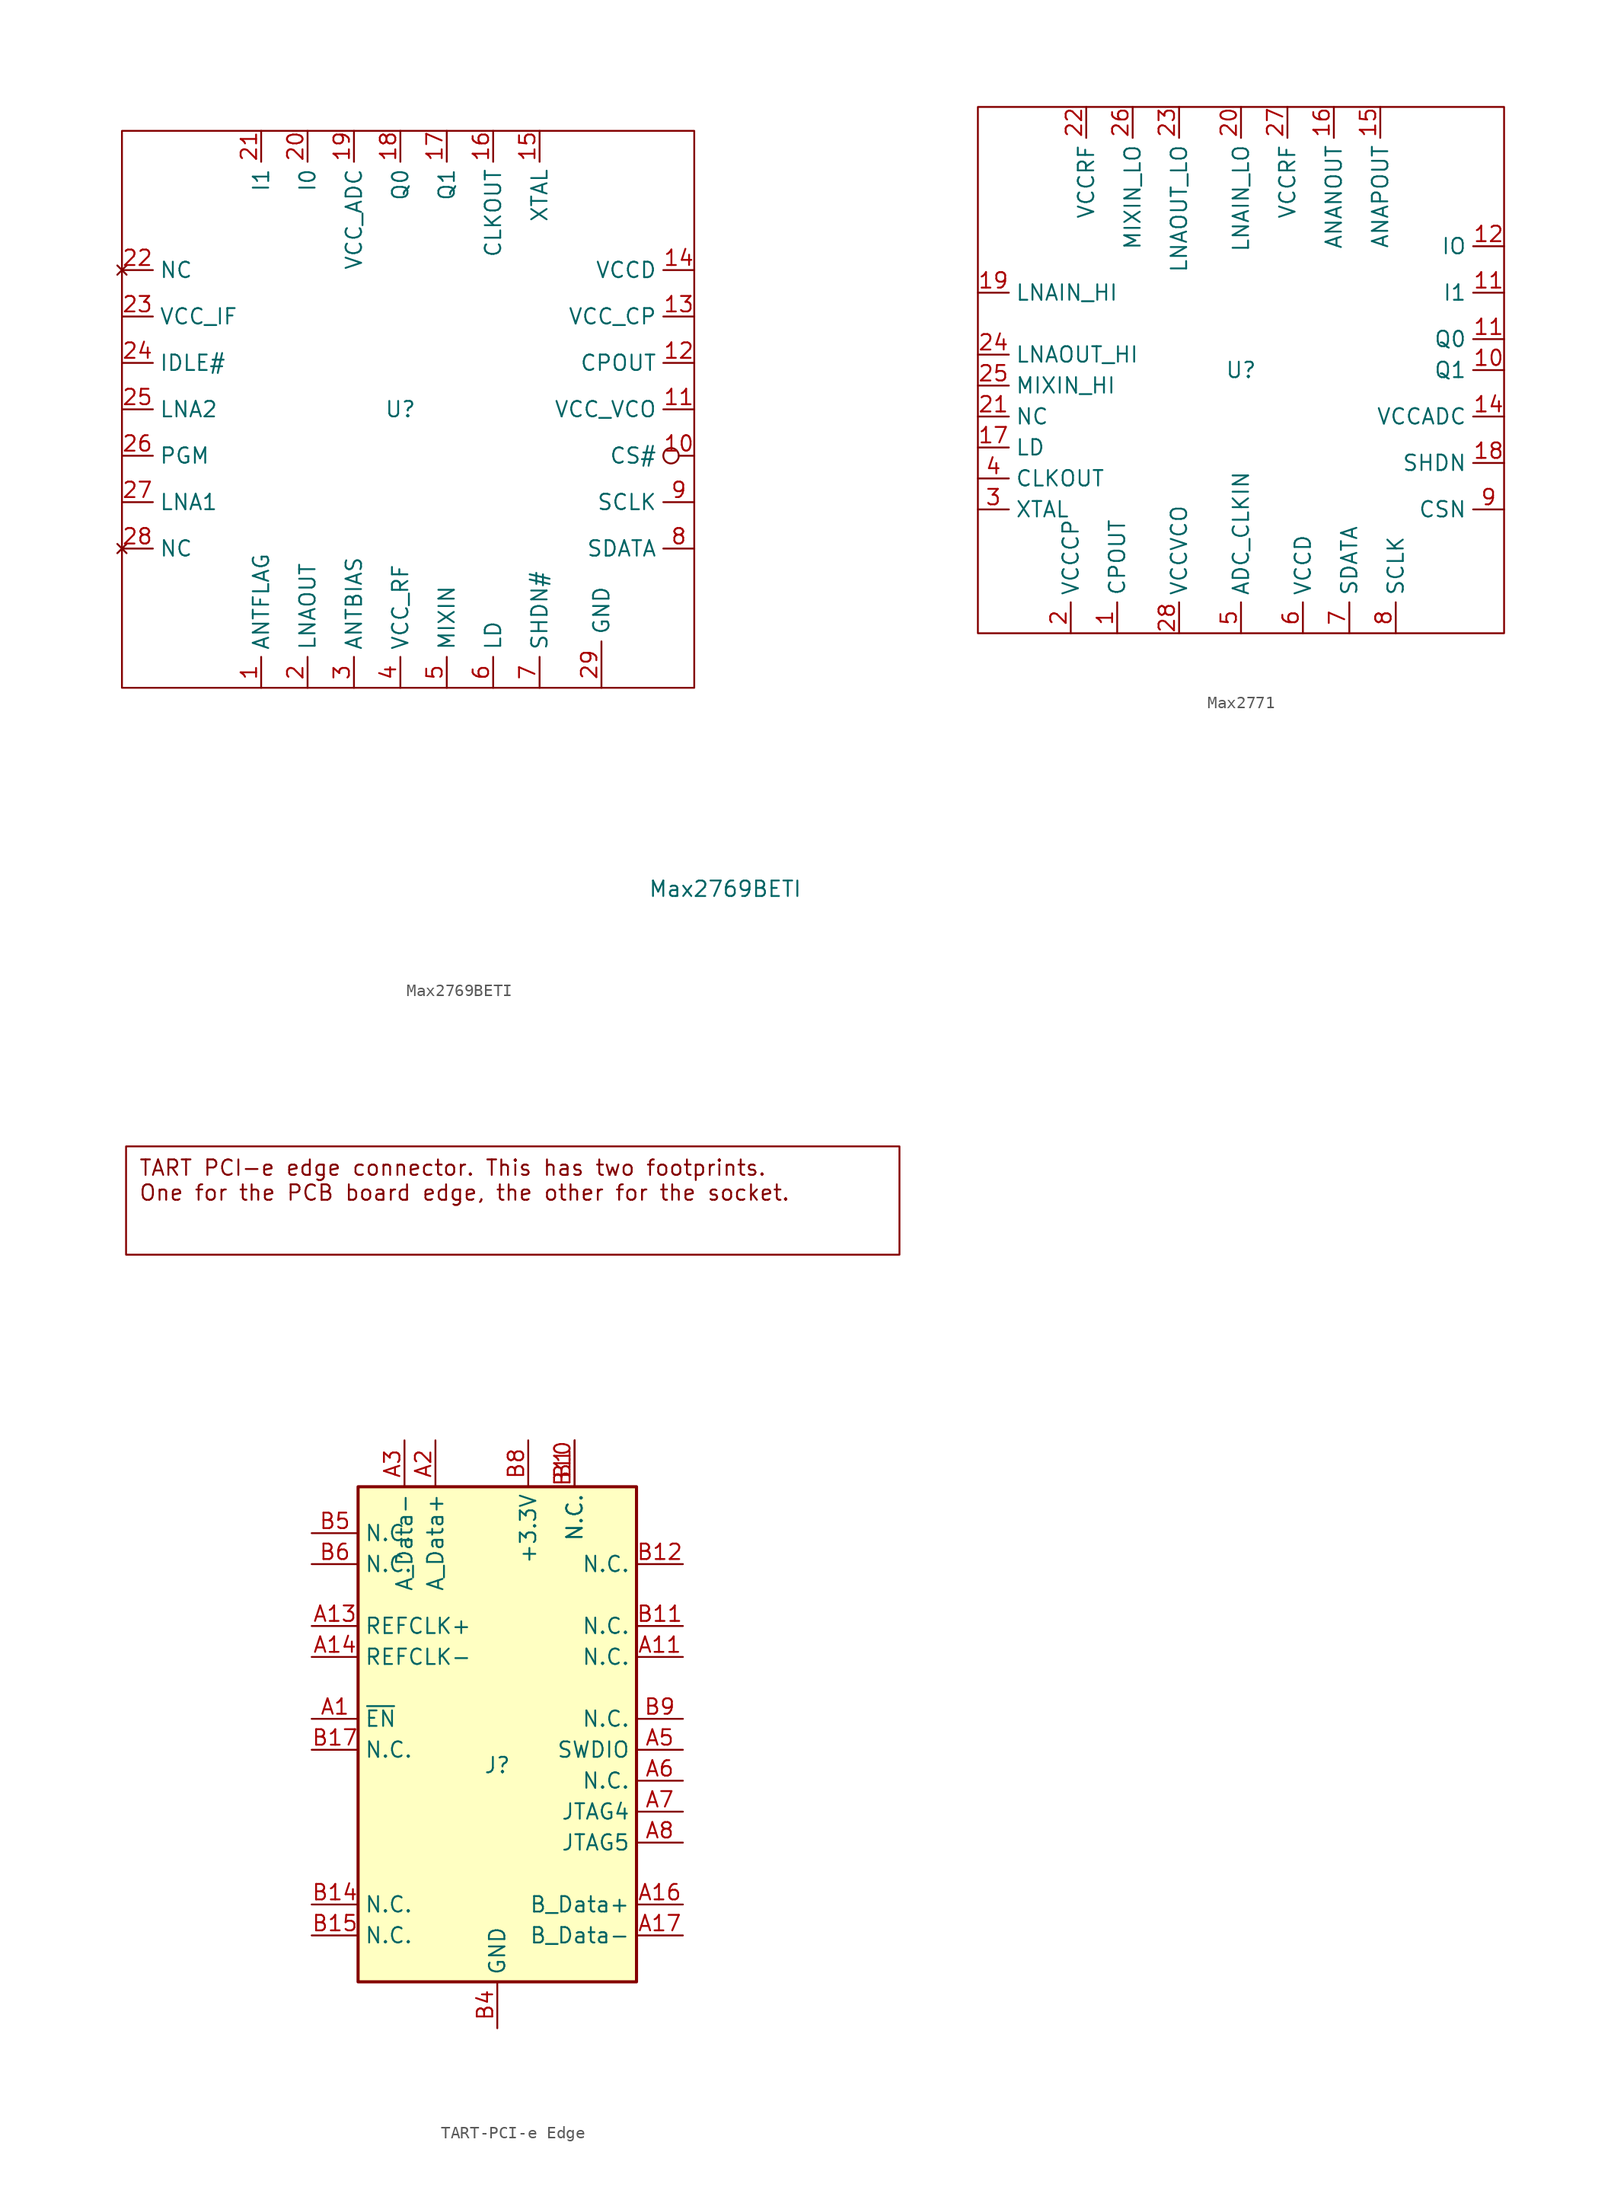
<source format=kicad_sym>
(kicad_symbol_lib
  (version 20220914)
  (generator kicad_symbol_editor)
  (symbol "Max2769BETI"
    (property "Reference" "U"
      (at 0 0 0)
      (effects (font (size 1.27 1.27))))
    (property "Value" "Max2769BETI"
      (at 26.67 -39.37 0)
      (effects (font (size 1.27 1.27))))
    (symbol "Max2769BETI_0_0"
      (pin unspecified line (at -11.43 -22.86 90) (length 2.54) (name "ANTFLAG" (effects (font (size 1.27 1.27)))) (number "1" (effects (font (size 1.27 1.27)))))
      (pin power_in line (at 24.13 0 180) (length 2.54) (name "VCC_VCO" (effects (font (size 1.27 1.27)))) (number "11" (effects (font (size 1.27 1.27)))))
      (pin output line (at 24.13 3.81 180) (length 2.54) (name "CPOUT" (effects (font (size 1.27 1.27)))) (number "12" (effects (font (size 1.27 1.27)))))
      (pin power_in line (at 24.13 7.62 180) (length 2.54) (name "VCC_CP" (effects (font (size 1.27 1.27)))) (number "13" (effects (font (size 1.27 1.27)))))
      (pin power_in line (at 24.13 11.43 180) (length 2.54) (name "VCCD" (effects (font (size 1.27 1.27)))) (number "14" (effects (font (size 1.27 1.27)))))
      (pin input line (at 11.43 22.86 270) (length 2.54) (name "XTAL" (effects (font (size 1.27 1.27)))) (number "15" (effects (font (size 1.27 1.27)))))
      (pin output line (at 7.62 22.86 270) (length 2.54) (name "CLKOUT" (effects (font (size 1.27 1.27)))) (number "16" (effects (font (size 1.27 1.27)))))
      (pin output line (at 3.81 22.86 270) (length 2.54) (name "Q1" (effects (font (size 1.27 1.27)))) (number "17" (effects (font (size 1.27 1.27)))))
      (pin output line (at 0 22.86 270) (length 2.54) (name "Q0" (effects (font (size 1.27 1.27)))) (number "18" (effects (font (size 1.27 1.27)))))
      (pin output line (at -3.81 22.86 270) (length 2.54) (name "VCC_ADC" (effects (font (size 1.27 1.27)))) (number "19" (effects (font (size 1.27 1.27)))))
      (pin unspecified line (at -7.62 -22.86 90) (length 2.54) (name "LNAOUT" (effects (font (size 1.27 1.27)))) (number "2" (effects (font (size 1.27 1.27)))))
      (pin output line (at -7.62 22.86 270) (length 2.54) (name "I0" (effects (font (size 1.27 1.27)))) (number "20" (effects (font (size 1.27 1.27)))))
      (pin output line (at -11.43 22.86 270) (length 2.54) (name "I1" (effects (font (size 1.27 1.27)))) (number "21" (effects (font (size 1.27 1.27)))))
      (pin no_connect line (at -22.86 11.43 0) (length 2.54) (name "NC" (effects (font (size 1.27 1.27)))) (number "22" (effects (font (size 1.27 1.27)))))
      (pin power_in line (at -22.86 7.62 0) (length 2.54) (name "VCC_IF" (effects (font (size 1.27 1.27)))) (number "23" (effects (font (size 1.27 1.27)))))
      (pin input line (at -22.86 3.81 0) (length 2.54) (name "IDLE#" (effects (font (size 1.27 1.27)))) (number "24" (effects (font (size 1.27 1.27)))))
      (pin input line (at -22.86 0 0) (length 2.54) (name "LNA2" (effects (font (size 1.27 1.27)))) (number "25" (effects (font (size 1.27 1.27)))))
      (pin input line (at -22.86 -3.81 0) (length 2.54) (name "PGM" (effects (font (size 1.27 1.27)))) (number "26" (effects (font (size 1.27 1.27)))))
      (pin input line (at -22.86 -7.62 0) (length 2.54) (name "LNA1" (effects (font (size 1.27 1.27)))) (number "27" (effects (font (size 1.27 1.27)))))
      (pin no_connect line (at -22.86 -11.43 0) (length 2.54) (name "NC" (effects (font (size 1.27 1.27)))) (number "28" (effects (font (size 1.27 1.27)))))
      (pin unspecified line (at -3.81 -22.86 90) (length 2.54) (name "ANTBIAS" (effects (font (size 1.27 1.27)))) (number "3" (effects (font (size 1.27 1.27)))))
      (pin unspecified line (at 0 -22.86 90) (length 2.54) (name "VCC_RF" (effects (font (size 1.27 1.27)))) (number "4" (effects (font (size 1.27 1.27)))))
      (pin unspecified line (at 3.81 -22.86 90) (length 2.54) (name "MIXIN" (effects (font (size 1.27 1.27)))) (number "5" (effects (font (size 1.27 1.27)))))
      (pin unspecified line (at 7.62 -22.86 90) (length 2.54) (name "LD" (effects (font (size 1.27 1.27)))) (number "6" (effects (font (size 1.27 1.27)))))
      (pin unspecified line (at 11.43 -22.86 90) (length 2.54) (name "SHDN#" (effects (font (size 1.27 1.27)))) (number "7" (effects (font (size 1.27 1.27)))))
      (pin unspecified line (at 24.13 -11.43 180) (length 2.54) (name "SDATA" (effects (font (size 1.27 1.27)))) (number "8" (effects (font (size 1.27 1.27)))))
      (pin input line (at 24.13 -7.62 180) (length 2.54) (name "SCLK" (effects (font (size 1.27 1.27)))) (number "9" (effects (font (size 1.27 1.27))))))
    (symbol "Max2769BETI_0_1"
      (rectangle (start -22.86 22.86) (end 24.13 -22.86) (stroke (width 0) (type default)) (fill (type none))))
    (symbol "Max2769BETI_1_0"
      (pin input inverted (at 24.13 -3.81 180) (length 2.54) (name "CS#" (effects (font (size 1.27 1.27)))) (number "10" (effects (font (size 1.27 1.27))))))
    (symbol "Max2769BETI_1_1"
      (pin power_in line (at 16.51 -22.86 90) (length 3.81) (name "GND" (effects (font (size 1.27 1.27)))) (number "29" (effects (font (size 1.27 1.27)))))))
  (symbol "Max2771"
    (property "Reference" "U"
      (at 0 0 0)
      (effects (font (size 1.27 1.27))))
    (property "Value" ""
      (at 0 0 0)
      (effects (font (size 1.27 1.27))))
    (symbol "Max2771_0_1"
      (rectangle (start -21.59 21.59) (end 21.59 -21.59) (stroke (width 0) (type default)) (fill (type none))))
    (symbol "Max2771_1_1"
      (pin output line (at -10.16 -21.59 90) (length 2.54) (name "CPOUT" (effects (font (size 1.27 1.27)))) (number "1" (effects (font (size 1.27 1.27)))))
      (pin output line (at 21.59 0 180) (length 2.54) (name "Q1" (effects (font (size 1.27 1.27)))) (number "10" (effects (font (size 1.27 1.27)))))
      (pin output line (at 21.59 6.35 180) (length 2.54) (name "I1" (effects (font (size 1.27 1.27)))) (number "11" (effects (font (size 1.27 1.27)))))
      (pin output line (at 21.59 2.54 180) (length 2.54) (name "Q0" (effects (font (size 1.27 1.27)))) (number "11" (effects (font (size 1.27 1.27)))))
      (pin output line (at 21.59 10.16 180) (length 2.54) (name "IO" (effects (font (size 1.27 1.27)))) (number "12" (effects (font (size 1.27 1.27)))))
      (pin power_in line (at 21.59 -3.81 180) (length 2.54) (name "VCCADC" (effects (font (size 1.27 1.27)))) (number "14" (effects (font (size 1.27 1.27)))))
      (pin output line (at 11.43 21.59 270) (length 2.54) (name "ANAPOUT" (effects (font (size 1.27 1.27)))) (number "15" (effects (font (size 1.27 1.27)))))
      (pin output line (at 7.62 21.59 270) (length 2.54) (name "ANANOUT" (effects (font (size 1.27 1.27)))) (number "16" (effects (font (size 1.27 1.27)))))
      (pin output line (at -21.59 -6.35 0) (length 2.54) (name "LD" (effects (font (size 1.27 1.27)))) (number "17" (effects (font (size 1.27 1.27)))))
      (pin open_collector line (at 21.59 -7.62 180) (length 2.54) (name "SHDN" (effects (font (size 1.27 1.27)))) (number "18" (effects (font (size 1.27 1.27)))))
      (pin input line (at -21.59 6.35 0) (length 2.54) (name "LNAIN_HI" (effects (font (size 1.27 1.27)))) (number "19" (effects (font (size 1.27 1.27)))))
      (pin power_in line (at -13.97 -21.59 90) (length 2.54) (name "VCCCP" (effects (font (size 1.27 1.27)))) (number "2" (effects (font (size 1.27 1.27)))))
      (pin input line (at 0 21.59 270) (length 2.54) (name "LNAIN_LO" (effects (font (size 1.27 1.27)))) (number "20" (effects (font (size 1.27 1.27)))))
      (pin passive line (at -21.59 -3.81 0) (length 2.54) (name "NC" (effects (font (size 1.27 1.27)))) (number "21" (effects (font (size 1.27 1.27)))))
      (pin power_in line (at -12.7 21.59 270) (length 2.54) (name "VCCRF" (effects (font (size 1.27 1.27)))) (number "22" (effects (font (size 1.27 1.27)))))
      (pin output line (at -5.08 21.59 270) (length 2.54) (name "LNAOUT_LO" (effects (font (size 1.27 1.27)))) (number "23" (effects (font (size 1.27 1.27)))))
      (pin output line (at -21.59 1.27 0) (length 2.54) (name "LNAOUT_HI" (effects (font (size 1.27 1.27)))) (number "24" (effects (font (size 1.27 1.27)))))
      (pin input line (at -21.59 -1.27 0) (length 2.54) (name "MIXIN_HI" (effects (font (size 1.27 1.27)))) (number "25" (effects (font (size 1.27 1.27)))))
      (pin input line (at -8.89 21.59 270) (length 2.54) (name "MIXIN_LO" (effects (font (size 1.27 1.27)))) (number "26" (effects (font (size 1.27 1.27)))))
      (pin power_in line (at 3.81 21.59 270) (length 2.54) (name "VCCRF" (effects (font (size 1.27 1.27)))) (number "27" (effects (font (size 1.27 1.27)))))
      (pin power_in line (at -5.08 -21.59 90) (length 2.54) (name "VCCVCO" (effects (font (size 1.27 1.27)))) (number "28" (effects (font (size 1.27 1.27)))))
      (pin input line (at -21.59 -11.43 0) (length 2.54) (name "XTAL" (effects (font (size 1.27 1.27)))) (number "3" (effects (font (size 1.27 1.27)))))
      (pin output line (at -21.59 -8.89 0) (length 2.54) (name "CLKOUT" (effects (font (size 1.27 1.27)))) (number "4" (effects (font (size 1.27 1.27)))))
      (pin input line (at 0 -21.59 90) (length 2.54) (name "ADC_CLKIN" (effects (font (size 1.27 1.27)))) (number "5" (effects (font (size 1.27 1.27)))))
      (pin power_in line (at 5.08 -21.59 90) (length 2.54) (name "VCCD" (effects (font (size 1.27 1.27)))) (number "6" (effects (font (size 1.27 1.27)))))
      (pin input line (at 8.89 -21.59 90) (length 2.54) (name "SDATA" (effects (font (size 1.27 1.27)))) (number "7" (effects (font (size 1.27 1.27)))))
      (pin input line (at 12.7 -21.59 90) (length 2.54) (name "SCLK" (effects (font (size 1.27 1.27)))) (number "8" (effects (font (size 1.27 1.27)))))
      (pin open_collector line (at 21.59 -11.43 180) (length 2.54) (name "CSN" (effects (font (size 1.27 1.27)))) (number "9" (effects (font (size 1.27 1.27)))))))
  (symbol "TART-PCI-e Edge"
    (property "Reference" "J"
      (at 0 0 0)
      (effects (font (size 1.27 1.27))))
    (property "Value" ""
      (at 0 0 0)
      (effects (font (size 1.27 1.27))))
    (symbol "TART-PCI-e Edge_0_0"
      (text_box "TART PCI-e edge connector. This has two footprints. \nOne for the PCB board edge, the other for the socket." (at -30.48 50.8 0) (size 63.5 -8.89) (stroke (width 0) (type default)) (fill (type none)) (effects (font (size 1.27 1.27)) (justify left top))))
    (symbol "TART-PCI-e Edge_0_1"
      (rectangle (start -11.43 22.86) (end 11.43 -17.78) (stroke (width 0.254) (type default)) (fill (type background))))
    (symbol "TART-PCI-e Edge_1_1"
      (pin passive line (at -15.24 3.81 0) (length 3.81) (name "~{EN}" (effects (font (size 1.27 1.27)))) (number "A1" (effects (font (size 1.27 1.27)))))
      (pin passive line (at 2.54 26.67 270) (length 3.81) hide (name "+3.3V" (effects (font (size 1.27 1.27)))) (number "A10" (effects (font (size 1.27 1.27)))))
      (pin input line (at 15.24 8.89 180) (length 3.81) (name "N.C." (effects (font (size 1.27 1.27)))) (number "A11" (effects (font (size 1.27 1.27)))))
      (pin passive line (at 0 -21.59 90) (length 3.81) hide (name "GND" (effects (font (size 1.27 1.27)))) (number "A12" (effects (font (size 1.27 1.27)))))
      (pin input line (at -15.24 11.43 0) (length 3.81) (name "REFCLK+" (effects (font (size 1.27 1.27)))) (number "A13" (effects (font (size 1.27 1.27)))))
      (pin input line (at -15.24 8.89 0) (length 3.81) (name "REFCLK-" (effects (font (size 1.27 1.27)))) (number "A14" (effects (font (size 1.27 1.27)))))
      (pin passive line (at 0 -21.59 90) (length 3.81) hide (name "GND" (effects (font (size 1.27 1.27)))) (number "A15" (effects (font (size 1.27 1.27)))))
      (pin output line (at 15.24 -11.43 180) (length 3.81) (name "B_Data+" (effects (font (size 1.27 1.27)))) (number "A16" (effects (font (size 1.27 1.27)))))
      (pin output line (at 15.24 -13.97 180) (length 3.81) (name "B_Data-" (effects (font (size 1.27 1.27)))) (number "A17" (effects (font (size 1.27 1.27)))))
      (pin passive line (at 0 -21.59 90) (length 3.81) hide (name "GND" (effects (font (size 1.27 1.27)))) (number "A18" (effects (font (size 1.27 1.27)))))
      (pin output line (at -5.08 26.67 270) (length 3.81) (name "A_Data+" (effects (font (size 1.27 1.27)))) (number "A2" (effects (font (size 1.27 1.27)))))
      (pin output line (at -7.62 26.67 270) (length 3.81) (name "A_Data-" (effects (font (size 1.27 1.27)))) (number "A3" (effects (font (size 1.27 1.27)))))
      (pin passive line (at 0 -21.59 90) (length 3.81) hide (name "GND" (effects (font (size 1.27 1.27)))) (number "A4" (effects (font (size 1.27 1.27)))))
      (pin input line (at 15.24 1.27 180) (length 3.81) (name "SWDIO" (effects (font (size 1.27 1.27)))) (number "A5" (effects (font (size 1.27 1.27)))))
      (pin input line (at 15.24 -1.27 180) (length 3.81) (name "N.C." (effects (font (size 1.27 1.27)))) (number "A6" (effects (font (size 1.27 1.27)))))
      (pin output line (at 15.24 -3.81 180) (length 3.81) (name "JTAG4" (effects (font (size 1.27 1.27)))) (number "A7" (effects (font (size 1.27 1.27)))))
      (pin input line (at 15.24 -6.35 180) (length 3.81) (name "JTAG5" (effects (font (size 1.27 1.27)))) (number "A8" (effects (font (size 1.27 1.27)))))
      (pin passive line (at 2.54 26.67 270) (length 3.81) hide (name "+3.3V" (effects (font (size 1.27 1.27)))) (number "A9" (effects (font (size 1.27 1.27)))))
      (pin passive line (at 6.35 26.67 270) (length 3.81) (name "N.C." (effects (font (size 1.27 1.27)))) (number "B1" (effects (font (size 1.27 1.27)))))
      (pin passive line (at 6.35 26.67 270) (length 3.81) (name "N.C." (effects (font (size 1.27 1.27)))) (number "B10" (effects (font (size 1.27 1.27)))))
      (pin open_collector line (at 15.24 11.43 180) (length 3.81) (name "N.C." (effects (font (size 1.27 1.27)))) (number "B11" (effects (font (size 1.27 1.27)))))
      (pin passive line (at 15.24 16.51 180) (length 3.81) (name "N.C." (effects (font (size 1.27 1.27)))) (number "B12" (effects (font (size 1.27 1.27)))))
      (pin passive line (at 0 -21.59 90) (length 3.81) hide (name "GND" (effects (font (size 1.27 1.27)))) (number "B13" (effects (font (size 1.27 1.27)))))
      (pin passive line (at -15.24 -11.43 0) (length 3.81) (name "N.C." (effects (font (size 1.27 1.27)))) (number "B14" (effects (font (size 1.27 1.27)))))
      (pin passive line (at -15.24 -13.97 0) (length 3.81) (name "N.C." (effects (font (size 1.27 1.27)))) (number "B15" (effects (font (size 1.27 1.27)))))
      (pin passive line (at 0 -21.59 90) (length 3.81) hide (name "GND" (effects (font (size 1.27 1.27)))) (number "B16" (effects (font (size 1.27 1.27)))))
      (pin passive line (at -15.24 1.27 0) (length 3.81) (name "N.C." (effects (font (size 1.27 1.27)))) (number "B17" (effects (font (size 1.27 1.27)))))
      (pin passive line (at 0 -21.59 90) (length 3.81) hide (name "GND" (effects (font (size 1.27 1.27)))) (number "B18" (effects (font (size 1.27 1.27)))))
      (pin passive line (at 6.35 26.67 270) (length 3.81) hide (name "N.C." (effects (font (size 1.27 1.27)))) (number "B2" (effects (font (size 1.27 1.27)))))
      (pin passive line (at 6.35 26.67 270) (length 3.81) hide (name "N.C." (effects (font (size 1.27 1.27)))) (number "B3" (effects (font (size 1.27 1.27)))))
      (pin power_in line (at 0 -21.59 90) (length 3.81) (name "GND" (effects (font (size 1.27 1.27)))) (number "B4" (effects (font (size 1.27 1.27)))))
      (pin input line (at -15.24 19.05 0) (length 3.81) (name "N.C." (effects (font (size 1.27 1.27)))) (number "B5" (effects (font (size 1.27 1.27)))))
      (pin bidirectional line (at -15.24 16.51 0) (length 3.81) (name "N.C." (effects (font (size 1.27 1.27)))) (number "B6" (effects (font (size 1.27 1.27)))))
      (pin passive line (at 0 -21.59 90) (length 3.81) hide (name "GND" (effects (font (size 1.27 1.27)))) (number "B7" (effects (font (size 1.27 1.27)))))
      (pin power_in line (at 2.54 26.67 270) (length 3.81) (name "+3.3V" (effects (font (size 1.27 1.27)))) (number "B8" (effects (font (size 1.27 1.27)))))
      (pin passive line (at 15.24 3.81 180) (length 3.81) (name "N.C." (effects (font (size 1.27 1.27)))) (number "B9" (effects (font (size 1.27 1.27))))))))
</source>
